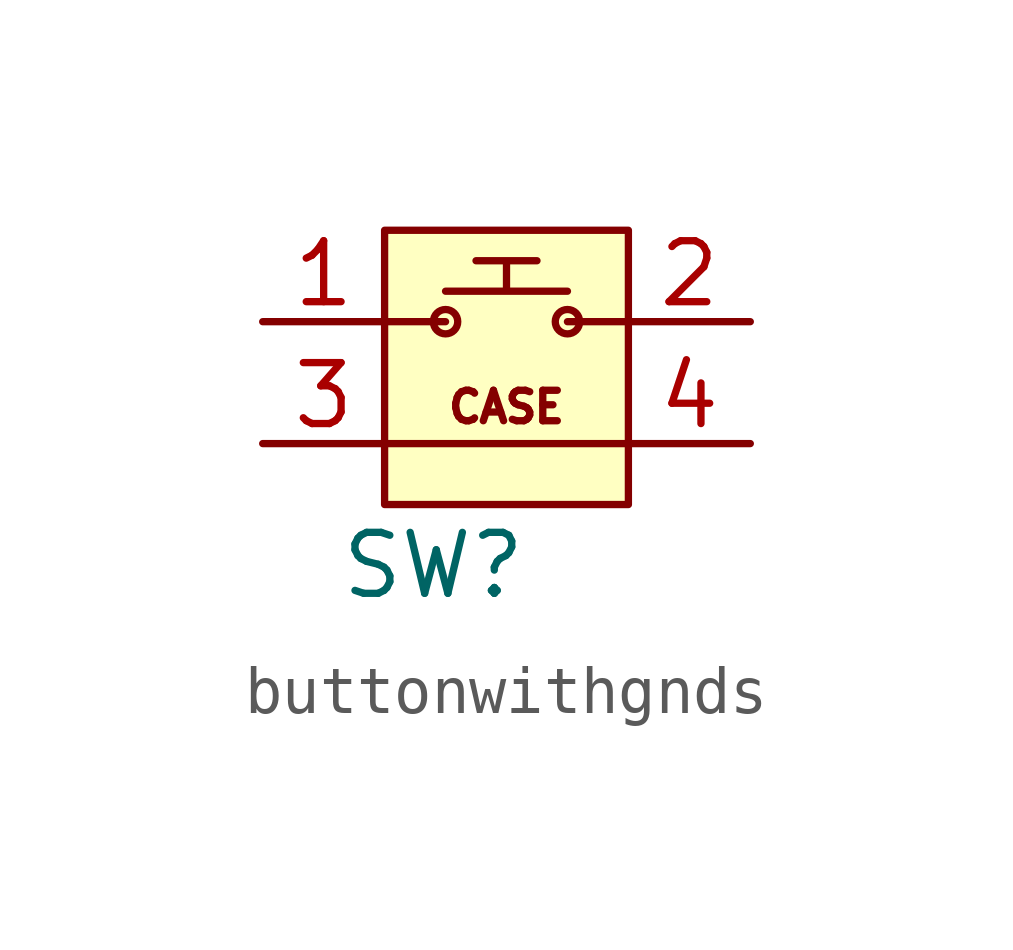
<source format=kicad_sym>
(kicad_symbol_lib
  (version 20231120)
  (generator "kicad_symbol_editor")
  (generator_version "8.0")
  (symbol "buttonwithgnds"
    (property "Reference" "SW"
      (at 1.016 -1.27 0)
      (effects (font (size 1.27 1.27))))
    (property "Value" ""
      (at 0 0 0)
      (effects (font (size 1.27 1.27))))
    (symbol "buttonwithgnds_0_1"
      (polyline (pts (xy 0 1.27) (xy 5.08 1.27)) (stroke (width 0) (type default)) (fill (type none)))
      (rectangle (start 0 5.715) (end 5.08 0) (stroke (width 0) (type default)) (fill (type background))))
    (symbol "buttonwithgnds_1_1"
      (polyline (pts (xy 0 3.81) (xy 1.27 3.81)) (stroke (width 0) (type default)) (fill (type none)))
      (polyline (pts (xy 3.81 3.81) (xy 5.08 3.81)) (stroke (width 0) (type default)) (fill (type none)))
      (polyline (pts (xy 1.27 4.445) (xy 3.81 4.445) (xy 2.54 4.445) (xy 2.54 5.08) (xy 3.175 5.08) (xy 1.905 5.08)) (stroke (width 0) (type default)) (fill (type none)))
      (circle (center 1.27 3.81) (radius 0.254) (stroke (width 0) (type default)) (fill (type none)))
      (circle (center 3.81 3.81) (radius 0.254) (stroke (width 0) (type default)) (fill (type none)))
      (text "CASE" (at 2.54 2.032 0) (effects (font (size 0.635 0.635))))
      (pin input line (at -2.54 3.81 0) (length 2.54) (name "" (effects (font (size 1.27 1.27)))) (number "1" (effects (font (size 1.27 1.27)))))
      (pin input line (at 7.62 3.81 180) (length 2.54) (name "" (effects (font (size 1.27 1.27)))) (number "2" (effects (font (size 1.27 1.27)))))
      (pin input line (at -2.54 1.27 0) (length 2.54) (name "" (effects (font (size 1.27 1.27)))) (number "3" (effects (font (size 1.27 1.27)))))
      (pin input line (at 7.62 1.27 180) (length 2.54) (name "" (effects (font (size 1.27 1.27)))) (number "4" (effects (font (size 1.27 1.27))))))))
</source>
